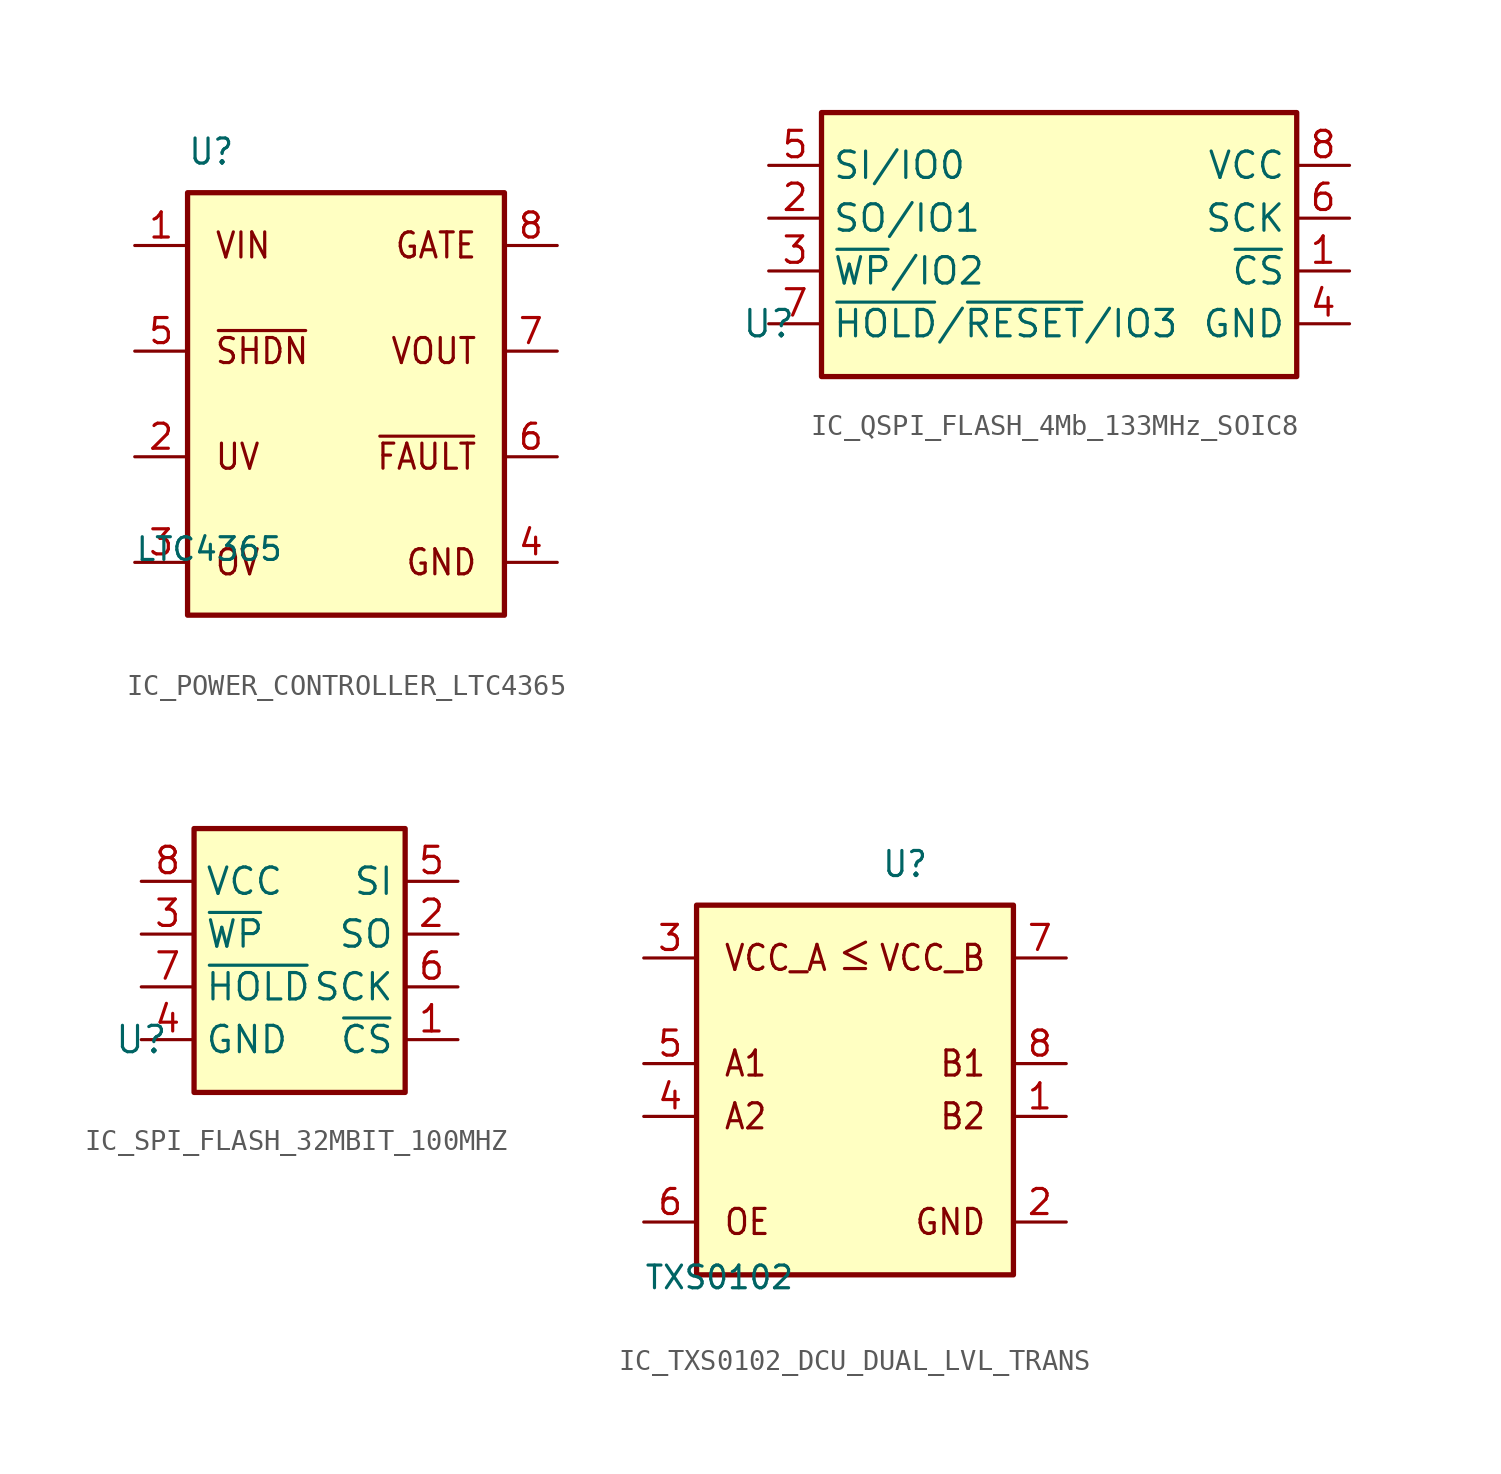
<source format=kicad_sym>
(kicad_symbol_lib
  (version 20241209)
  (generator "kicad_symbol_editor")
  (generator_version "9.0")
  (symbol "IC_POWER_CONTROLLER_LTC4365"
    (property "Reference" "U"
      (at 2.54 19.05 0)
      (effects (font (size 1.206 1.092) (thickness 0.152)) (justify left bottom)))
    (property "Value" "LTC4365"
      (at 0 0 0)
      (effects (font (size 1.092 1.092) (thickness 0.152)) (justify left bottom)))
    (symbol "IC_POWER_CONTROLLER_LTC4365_1_0"
      (polyline (pts (xy 2.54 -2.54) (xy 17.78 -2.54) (xy 17.78 17.78) (xy 2.54 17.78) (xy 2.54 -2.54)) (stroke (width 0.254) (type solid)) (fill (type background)))
      (text "VIN" (at 3.81 15.24 0) (effects (font (size 1.206 1.092) (thickness 0.152)) (justify left)))
      (text "~{SHDN}" (at 3.81 10.16 0) (effects (font (size 1.206 1.092) (thickness 0.152)) (justify left)))
      (text "UV" (at 3.81 5.08 0) (effects (font (size 1.206 1.092) (thickness 0.152)) (justify left)))
      (text "OV" (at 3.81 0 0) (effects (font (size 1.206 1.092) (thickness 0.152)) (justify left)))
      (text "GATE" (at 16.51 15.24 0) (effects (font (size 1.206 1.092) (thickness 0.152)) (justify right)))
      (text "VOUT" (at 16.51 10.16 0) (effects (font (size 1.206 1.092) (thickness 0.152)) (justify right)))
      (text "~{FAULT}" (at 16.51 5.08 0) (effects (font (size 1.206 1.092) (thickness 0.152)) (justify right)))
      (text "GND" (at 16.51 0 0) (effects (font (size 1.206 1.092) (thickness 0.152)) (justify right)))
      (pin passive line (at 0 15.24 0) (length 2.54) (name "" (effects (font (size 1.206 1.206)))) (number "1" (effects (font (size 1.206 1.206)))))
      (pin passive line (at 0 10.16 0) (length 2.54) (name "" (effects (font (size 1.206 1.206)))) (number "5" (effects (font (size 1.206 1.206)))))
      (pin passive line (at 0 5.08 0) (length 2.54) (name "" (effects (font (size 1.206 1.206)))) (number "2" (effects (font (size 1.206 1.206)))))
      (pin passive line (at 0 0 0) (length 2.54) (name "" (effects (font (size 1.206 1.206)))) (number "3" (effects (font (size 1.206 1.206)))))
      (pin passive line (at 20.32 15.24 180) (length 2.54) (name "" (effects (font (size 1.206 1.206)))) (number "8" (effects (font (size 1.206 1.206)))))
      (pin passive line (at 20.32 10.16 180) (length 2.54) (name "" (effects (font (size 1.206 1.206)))) (number "7" (effects (font (size 1.206 1.206)))))
      (pin passive line (at 20.32 5.08 180) (length 2.54) (name "" (effects (font (size 1.206 1.206)))) (number "6" (effects (font (size 1.206 1.206)))))
      (pin passive line (at 20.32 0 180) (length 2.54) (name "" (effects (font (size 1.206 1.206)))) (number "4" (effects (font (size 1.206 1.206)))))))
  (symbol "IC_QSPI_FLASH_4Mb_133MHz_SOIC8"
    (property "Reference" "U"
      (at 0 0 0)
      (effects (font (size 1.27 1.27))))
    (property "Value" ""
      (at 0 0 0)
      (effects (font (size 1.27 1.27))))
    (symbol "IC_QSPI_FLASH_4Mb_133MHz_SOIC8_0_1"
      (rectangle (start 2.54 10.16) (end 25.4 -2.54) (stroke (width 0.254) (type default)) (fill (type background))))
    (symbol "IC_QSPI_FLASH_4Mb_133MHz_SOIC8_1_1"
      (pin passive line (at 0 7.62 0) (length 2.54) (name "SI/IO0" (effects (font (size 1.27 1.27)))) (number "5" (effects (font (size 1.27 1.27)))))
      (pin passive line (at 0 5.08 0) (length 2.54) (name "SO/IO1" (effects (font (size 1.27 1.27)))) (number "2" (effects (font (size 1.27 1.27)))))
      (pin passive line (at 0 2.54 0) (length 2.54) (name "~{WP}/IO2" (effects (font (size 1.27 1.27)))) (number "3" (effects (font (size 1.27 1.27)))))
      (pin passive line (at 0 0 0) (length 2.54) (name "~{HOLD}/~{RESET}/IO3" (effects (font (size 1.27 1.27)))) (number "7" (effects (font (size 1.27 1.27)))))
      (pin power_in line (at 27.94 7.62 180) (length 2.54) (name "VCC" (effects (font (size 1.27 1.27)))) (number "8" (effects (font (size 1.27 1.27)))))
      (pin passive line (at 27.94 5.08 180) (length 2.54) (name "SCK" (effects (font (size 1.27 1.27)))) (number "6" (effects (font (size 1.27 1.27)))))
      (pin passive line (at 27.94 2.54 180) (length 2.54) (name "~{CS}" (effects (font (size 1.27 1.27)))) (number "1" (effects (font (size 1.27 1.27)))))
      (pin power_in line (at 27.94 0 180) (length 2.54) (name "GND" (effects (font (size 1.27 1.27)))) (number "4" (effects (font (size 1.27 1.27)))))))
  (symbol "IC_SPI_FLASH_32MBIT_100MHZ"
    (property "Reference" "U"
      (at 0 0 0)
      (effects (font (size 1.27 1.27))))
    (property "Value" ""
      (at 0 0 0)
      (effects (font (size 1.27 1.27))))
    (symbol "IC_SPI_FLASH_32MBIT_100MHZ_1_1"
      (rectangle (start 2.54 10.16) (end 12.7 -2.54) (stroke (width 0.254) (type default)) (fill (type background)))
      (pin input line (at 0 7.62 0) (length 2.54) (name "VCC" (effects (font (size 1.27 1.27)))) (number "8" (effects (font (size 1.27 1.27)))))
      (pin input line (at 0 5.08 0) (length 2.54) (name "~{WP}" (effects (font (size 1.27 1.27)))) (number "3" (effects (font (size 1.27 1.27)))))
      (pin input line (at 0 2.54 0) (length 2.54) (name "~{HOLD}" (effects (font (size 1.27 1.27)))) (number "7" (effects (font (size 1.27 1.27)))))
      (pin input line (at 0 0 0) (length 2.54) (name "GND" (effects (font (size 1.27 1.27)))) (number "4" (effects (font (size 1.27 1.27)))))
      (pin input line (at 15.24 7.62 180) (length 2.54) (name "SI" (effects (font (size 1.27 1.27)))) (number "5" (effects (font (size 1.27 1.27)))))
      (pin input line (at 15.24 5.08 180) (length 2.54) (name "SO" (effects (font (size 1.27 1.27)))) (number "2" (effects (font (size 1.27 1.27)))))
      (pin input line (at 15.24 2.54 180) (length 2.54) (name "SCK" (effects (font (size 1.27 1.27)))) (number "6" (effects (font (size 1.27 1.27)))))
      (pin input line (at 15.24 0 180) (length 2.54) (name "~{CS}" (effects (font (size 1.27 1.27)))) (number "1" (effects (font (size 1.27 1.27)))))))
  (symbol "IC_TXS0102_DCU_DUAL_LVL_TRANS"
    (property "Reference" "U"
      (at 11.43 16.51 0)
      (effects (font (size 1.206 1.092) (thickness 0.152)) (justify left bottom)))
    (property "Value" "TXS0102"
      (at 0 -3.302 0)
      (effects (font (size 1.092 1.092) (thickness 0.152)) (justify left bottom)))
    (symbol "IC_TXS0102_DCU_DUAL_LVL_TRANS_0_1"
      (polyline (pts (xy 9.652 12.192) (xy 10.668 12.192)) (stroke (width 0) (type default)) (fill (type none)))
      (polyline (pts (xy 10.668 13.462) (xy 9.652 12.954) (xy 10.668 12.446)) (stroke (width 0) (type default)) (fill (type none))))
    (symbol "IC_TXS0102_DCU_DUAL_LVL_TRANS_1_0"
      (polyline (pts (xy 2.54 -2.54) (xy 17.78 -2.54) (xy 17.78 15.24) (xy 2.54 15.24) (xy 2.54 -2.54)) (stroke (width 0.254) (type solid)) (fill (type background)))
      (text "VCC_A" (at 3.81 12.7 0) (effects (font (size 1.206 1.092) (thickness 0.152)) (justify left)))
      (text "A1" (at 3.81 7.62 0) (effects (font (size 1.206 1.092) (thickness 0.152)) (justify left)))
      (text "A2" (at 3.81 5.08 0) (effects (font (size 1.206 1.092) (thickness 0.152)) (justify left)))
      (text "OE" (at 3.81 0 0) (effects (font (size 1.206 1.092) (thickness 0.152)) (justify left)))
      (text "VCC_B" (at 16.51 12.7 0) (effects (font (size 1.206 1.092) (thickness 0.152)) (justify right)))
      (text "B1" (at 16.51 7.62 0) (effects (font (size 1.206 1.092) (thickness 0.152)) (justify right)))
      (text "B2" (at 16.51 5.08 0) (effects (font (size 1.206 1.092) (thickness 0.152)) (justify right)))
      (text "GND" (at 16.51 0 0) (effects (font (size 1.206 1.092) (thickness 0.152)) (justify right)))
      (pin passive line (at 0 12.7 0) (length 2.54) (name "" (effects (font (size 1.206 1.206)))) (number "3" (effects (font (size 1.206 1.206)))))
      (pin passive line (at 0 7.62 0) (length 2.54) (name "" (effects (font (size 1.206 1.206)))) (number "5" (effects (font (size 1.206 1.206)))))
      (pin passive line (at 0 5.08 0) (length 2.54) (name "" (effects (font (size 1.206 1.206)))) (number "4" (effects (font (size 1.206 1.206)))))
      (pin passive line (at 0 0 0) (length 2.54) (name "" (effects (font (size 1.206 1.206)))) (number "6" (effects (font (size 1.206 1.206)))))
      (pin passive line (at 20.32 12.7 180) (length 2.54) (name "" (effects (font (size 1.206 1.206)))) (number "7" (effects (font (size 1.206 1.206)))))
      (pin passive line (at 20.32 7.62 180) (length 2.54) (name "" (effects (font (size 1.206 1.206)))) (number "8" (effects (font (size 1.206 1.206)))))
      (pin passive line (at 20.32 5.08 180) (length 2.54) (name "" (effects (font (size 1.206 1.206)))) (number "1" (effects (font (size 1.206 1.206)))))
      (pin passive line (at 20.32 0 180) (length 2.54) (name "" (effects (font (size 1.206 1.206)))) (number "2" (effects (font (size 1.206 1.206))))))))
</source>
